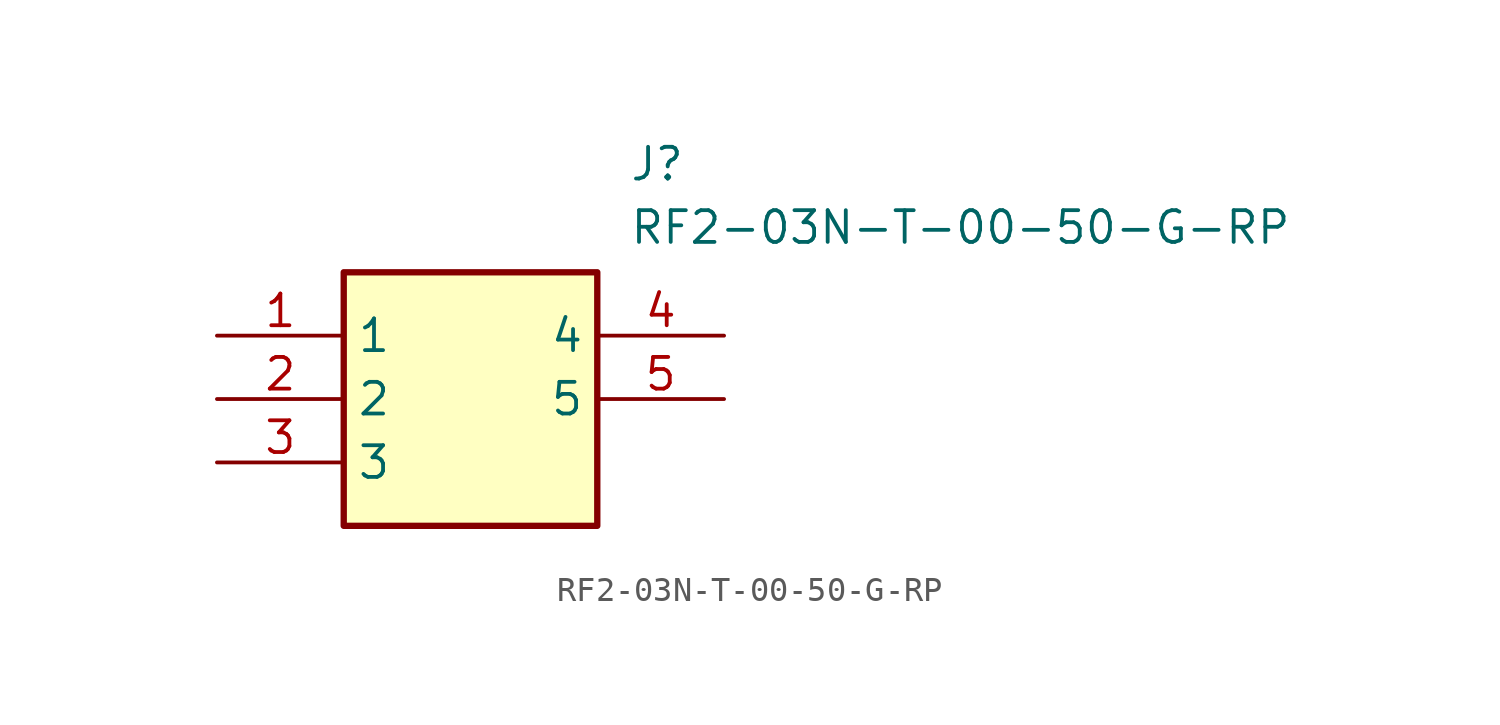
<source format=kicad_sym>
(kicad_symbol_lib
  (version 20211014)
  (generator SamacSys_ECAD_Model)
  (symbol "RF2-03N-T-00-50-G-RP"
    (property "Reference" "J"
      (at 16.51 7.62 0)
      (effects (font (size 1.27 1.27)) (justify left top)))
    (property "Value" "RF2-03N-T-00-50-G-RP"
      (at 16.51 5.08 0)
      (effects (font (size 1.27 1.27)) (justify left top)))
    (rectangle
      (start 5.08 2.54)
      (end 15.24 -7.62)
      (stroke (width 0.254) (type default))
      (fill (type background)))
    (pin passive line
      (at 0 0 0)
      (length 5.08)
      (name "1" (effects (font (size 1.27 1.27))))
      (number "1" (effects (font (size 1.27 1.27)))))
    (pin passive line
      (at 0 -2.54 0)
      (length 5.08)
      (name "2" (effects (font (size 1.27 1.27))))
      (number "2" (effects (font (size 1.27 1.27)))))
    (pin passive line
      (at 0 -5.08 0)
      (length 5.08)
      (name "3" (effects (font (size 1.27 1.27))))
      (number "3" (effects (font (size 1.27 1.27)))))
    (pin passive line
      (at 20.32 0 180)
      (length 5.08)
      (name "4" (effects (font (size 1.27 1.27))))
      (number "4" (effects (font (size 1.27 1.27)))))
    (pin passive line
      (at 20.32 -2.54 180)
      (length 5.08)
      (name "5" (effects (font (size 1.27 1.27))))
      (number "5" (effects (font (size 1.27 1.27)))))))
</source>
